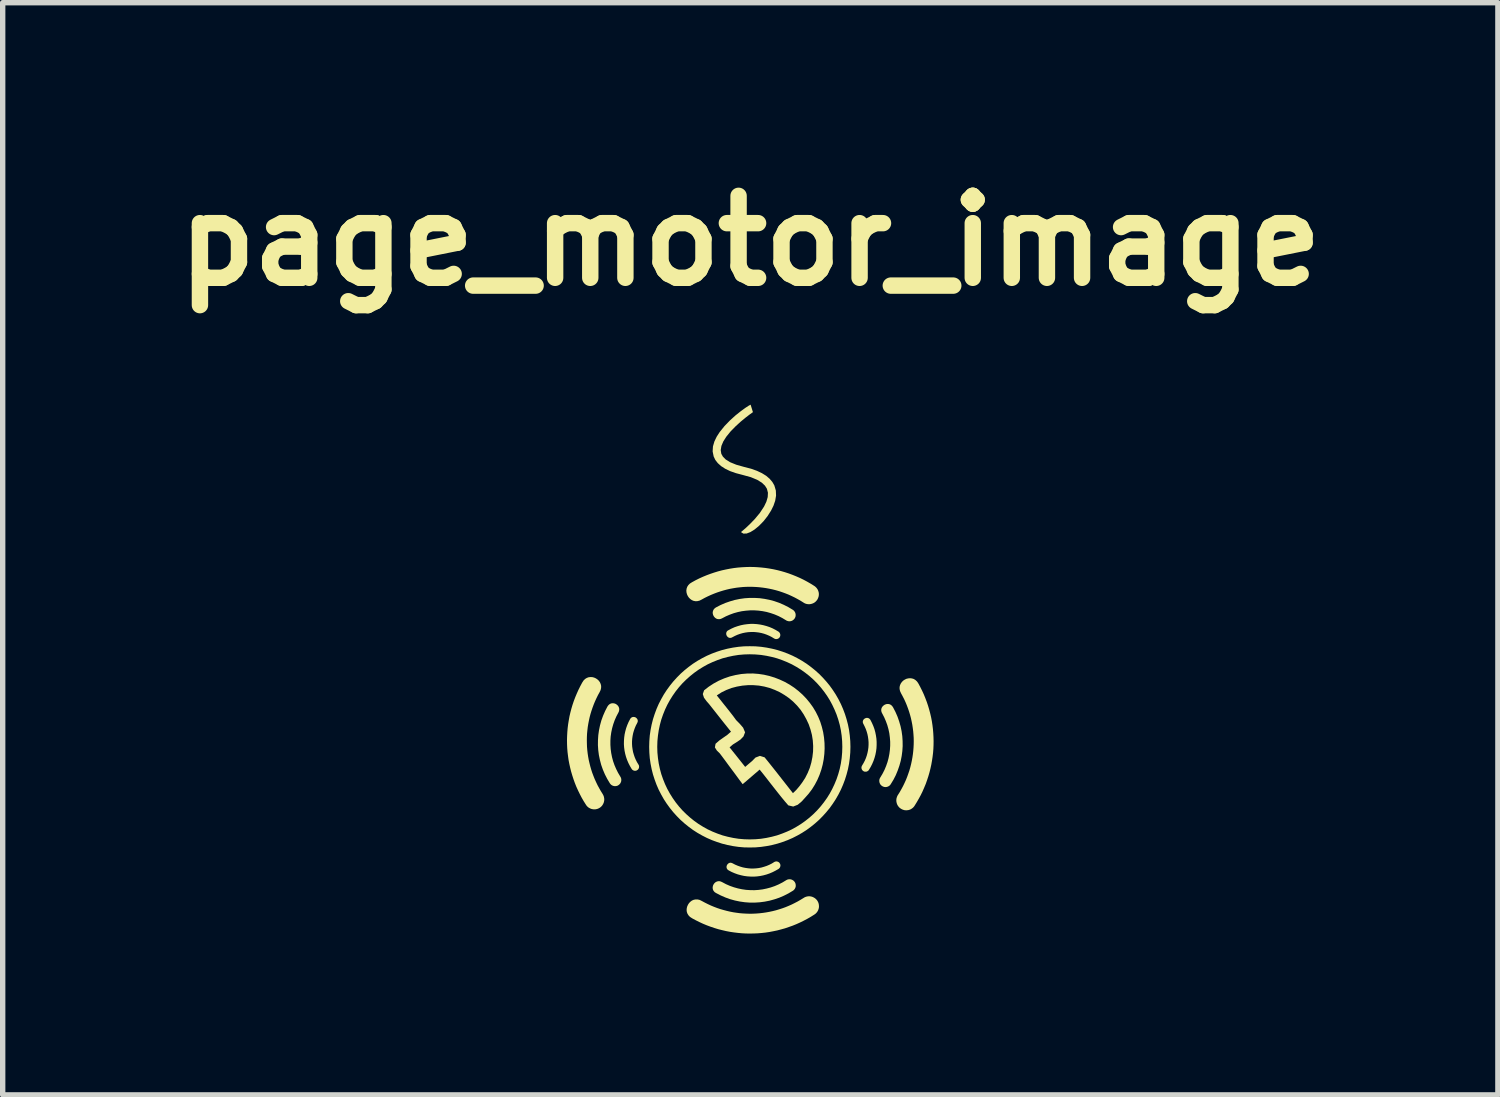
<source format=kicad_pcb>
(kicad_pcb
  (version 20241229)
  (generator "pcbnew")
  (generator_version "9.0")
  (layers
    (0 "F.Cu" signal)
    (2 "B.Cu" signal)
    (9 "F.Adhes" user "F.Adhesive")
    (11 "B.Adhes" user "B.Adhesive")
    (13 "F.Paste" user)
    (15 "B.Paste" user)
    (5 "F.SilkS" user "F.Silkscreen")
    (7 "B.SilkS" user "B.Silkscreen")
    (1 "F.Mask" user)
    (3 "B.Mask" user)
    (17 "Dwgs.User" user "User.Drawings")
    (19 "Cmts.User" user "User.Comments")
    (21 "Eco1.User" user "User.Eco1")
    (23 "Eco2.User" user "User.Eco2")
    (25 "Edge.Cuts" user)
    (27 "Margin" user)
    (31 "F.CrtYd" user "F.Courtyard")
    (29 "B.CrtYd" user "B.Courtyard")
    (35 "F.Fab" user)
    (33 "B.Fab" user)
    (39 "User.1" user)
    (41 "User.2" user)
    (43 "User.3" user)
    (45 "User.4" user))
  (footprint "page_motor_image"
    (layer "F.Cu")
    (at 10.9 9.391)
    (property "Reference" "page_motor_image" (at 0 -7.965 0) (layer "F.SilkS") (effects (font (size 1.524 1.524) (thickness 0.305))))
    (attr smd)
    (fp_poly (pts (xy 0.006 -4.917) (xy -0.028 -4.899) (xy -0.091 -4.858) (xy -0.175 -4.797) (xy -0.273 -4.719) (xy -0.376 -4.626) (xy -0.478 -4.521) (xy -0.569 -4.408) (xy -0.624 -4.323) (xy -0.667 -4.234) (xy -0.694 -4.142) (xy -0.7 -4.048) (xy -0.681 -3.954) (xy -0.65 -3.889) (xy -0.604 -3.83) (xy -0.543 -3.775) (xy -0.467 -3.726) (xy -0.376 -3.682) (xy -0.268 -3.644) (xy -0.143 -3.611) (xy 0.01 -3.569) (xy 0.128 -3.52) (xy 0.214 -3.467) (xy 0.273 -3.411) (xy 0.309 -3.354) (xy 0.328 -3.28) (xy 0.324 -3.199) (xy 0.299 -3.113) (xy 0.256 -3.023) (xy 0.177 -2.903) (xy 0.084 -2.791) (xy -0.01 -2.694) (xy -0.092 -2.617) (xy -0.151 -2.567) (xy -0.173 -2.548) (xy -0.129 -2.52) (xy -0.069 -2.521) (xy 0.002 -2.548) (xy 0.081 -2.597) (xy 0.163 -2.665) (xy 0.245 -2.749) (xy 0.321 -2.845) (xy 0.387 -2.949) (xy 0.431 -3.038) (xy 0.463 -3.131) (xy 0.479 -3.226) (xy 0.475 -3.321) (xy 0.447 -3.416) (xy 0.41 -3.48) (xy 0.36 -3.539) (xy 0.296 -3.594) (xy 0.217 -3.643) (xy 0.124 -3.687) (xy 0.015 -3.726) (xy -0.11 -3.758) (xy -0.262 -3.801) (xy -0.377 -3.848) (xy -0.458 -3.899) (xy -0.51 -3.952) (xy -0.539 -4.004) (xy -0.55 -4.073) (xy -0.537 -4.15) (xy -0.502 -4.233) (xy -0.447 -4.32) (xy -0.366 -4.42) (xy -0.274 -4.514) (xy -0.18 -4.6) (xy -0.093 -4.672) (xy -0.019 -4.729) (xy 0.031 -4.765) (xy 0.049 -4.778) (xy 0.006 -4.917)) (stroke (width 0) (type solid)) (fill yes) (layer "F.SilkS"))
    (fp_poly (pts (xy -2.45 2.156) (xy -2.44 2.149) (xy -2.432 2.141) (xy -2.424 2.133) (xy -2.417 2.124) (xy -2.412 2.114) (xy -2.407 2.104) (xy -2.403 2.093) (xy -2.4 2.083) (xy -2.399 2.072) (xy -2.398 2.06) (xy -2.399 2.049) (xy -2.4 2.038) (xy -2.403 2.027) (xy -2.407 2.016) (xy -2.412 2.006) (xy -2.418 1.996) (xy -2.459 1.927) (xy -2.494 1.857) (xy -2.525 1.785) (xy -2.551 1.711) (xy -2.571 1.636) (xy -2.586 1.56) (xy -2.596 1.484) (xy -2.601 1.407) (xy -2.601 1.33) (xy -2.596 1.253) (xy -2.585 1.176) (xy -2.569 1.1) (xy -2.548 1.025) (xy -2.522 0.952) (xy -2.49 0.879) (xy -2.453 0.809) (xy -2.442 0.784) (xy -2.437 0.759) (xy -2.437 0.736) (xy -2.442 0.715) (xy -2.451 0.695) (xy -2.463 0.678) (xy -2.479 0.663) (xy -2.497 0.65) (xy -2.516 0.641) (xy -2.537 0.636) (xy -2.559 0.634) (xy -2.58 0.636) (xy -2.601 0.643) (xy -2.621 0.655) (xy -2.639 0.672) (xy -2.655 0.694) (xy -2.699 0.779) (xy -2.737 0.866) (xy -2.769 0.954) (xy -2.794 1.045) (xy -2.813 1.136) (xy -2.826 1.228) (xy -2.832 1.321) (xy -2.833 1.414) (xy -2.827 1.506) (xy -2.815 1.598) (xy -2.796 1.689) (xy -2.772 1.78) (xy -2.741 1.868) (xy -2.704 1.955) (xy -2.661 2.039) (xy -2.612 2.121) (xy -2.605 2.131) (xy -2.597 2.14) (xy -2.589 2.148) (xy -2.58 2.155) (xy -2.57 2.161) (xy -2.56 2.166) (xy -2.549 2.17) (xy -2.538 2.173) (xy -2.527 2.175) (xy -2.516 2.176) (xy -2.504 2.175) (xy -2.493 2.174) (xy -2.482 2.171) (xy -2.471 2.168) (xy -2.46 2.163) (xy -2.45 2.156)) (stroke (width 0) (type solid)) (fill yes) (layer "F.SilkS"))
    (fp_poly (pts (xy -2.101 1.877) (xy -2.095 1.873) (xy -2.089 1.868) (xy -2.084 1.862) (xy -2.08 1.856) (xy -2.076 1.85) (xy -2.073 1.843) (xy -2.07 1.836) (xy -2.069 1.829) (xy -2.068 1.822) (xy -2.067 1.815) (xy -2.068 1.808) (xy -2.069 1.801) (xy -2.07 1.793) (xy -2.073 1.786) (xy -2.076 1.78) (xy -2.08 1.773) (xy -2.107 1.729) (xy -2.13 1.683) (xy -2.15 1.636) (xy -2.166 1.588) (xy -2.18 1.54) (xy -2.189 1.49) (xy -2.196 1.441) (xy -2.199 1.391) (xy -2.199 1.341) (xy -2.195 1.29) (xy -2.188 1.241) (xy -2.178 1.191) (xy -2.164 1.143) (xy -2.147 1.095) (xy -2.127 1.048) (xy -2.103 1.002) (xy -2.096 0.986) (xy -2.092 0.97) (xy -2.092 0.955) (xy -2.096 0.941) (xy -2.101 0.928) (xy -2.11 0.917) (xy -2.12 0.907) (xy -2.131 0.899) (xy -2.144 0.893) (xy -2.158 0.89) (xy -2.172 0.889) (xy -2.186 0.89) (xy -2.199 0.895) (xy -2.212 0.902) (xy -2.224 0.913) (xy -2.234 0.928) (xy -2.263 0.983) (xy -2.287 1.039) (xy -2.308 1.097) (xy -2.324 1.156) (xy -2.337 1.215) (xy -2.345 1.275) (xy -2.349 1.335) (xy -2.35 1.395) (xy -2.346 1.455) (xy -2.338 1.515) (xy -2.326 1.574) (xy -2.31 1.633) (xy -2.29 1.69) (xy -2.266 1.746) (xy -2.238 1.801) (xy -2.206 1.855) (xy -2.202 1.861) (xy -2.197 1.867) (xy -2.191 1.872) (xy -2.185 1.877) (xy -2.179 1.881) (xy -2.172 1.884) (xy -2.165 1.886) (xy -2.158 1.888) (xy -2.151 1.89) (xy -2.144 1.89) (xy -2.136 1.89) (xy -2.129 1.889) (xy -2.122 1.887) (xy -2.114 1.885) (xy -2.107 1.881) (xy -2.101 1.877)) (stroke (width 0) (type solid)) (fill yes) (layer "F.SilkS"))
    (fp_poly (pts (xy 0.541 -0.586) (xy 0.536 -0.581) (xy 0.531 -0.576) (xy 0.525 -0.572) (xy 0.519 -0.568) (xy 0.513 -0.565) (xy 0.507 -0.563) (xy 0.5 -0.561) (xy 0.494 -0.559) (xy 0.487 -0.559) (xy 0.48 -0.559) (xy 0.473 -0.559) (xy 0.467 -0.56) (xy 0.46 -0.562) (xy 0.453 -0.565) (xy 0.447 -0.568) (xy 0.441 -0.571) (xy 0.397 -0.598) (xy 0.351 -0.621) (xy 0.304 -0.641) (xy 0.256 -0.658) (xy 0.208 -0.671) (xy 0.158 -0.681) (xy 0.108 -0.687) (xy 0.058 -0.691) (xy 0.008 -0.69) (xy -0.042 -0.687) (xy -0.092 -0.68) (xy -0.141 -0.67) (xy -0.19 -0.656) (xy -0.238 -0.639) (xy -0.285 -0.618) (xy -0.331 -0.594) (xy -0.347 -0.586) (xy -0.364 -0.581) (xy -0.379 -0.581) (xy -0.394 -0.583) (xy -0.407 -0.589) (xy -0.419 -0.598) (xy -0.429 -0.608) (xy -0.437 -0.62) (xy -0.444 -0.634) (xy -0.447 -0.648) (xy -0.448 -0.663) (xy -0.446 -0.677) (xy -0.441 -0.691) (xy -0.433 -0.704) (xy -0.42 -0.716) (xy -0.404 -0.725) (xy -0.349 -0.754) (xy -0.293 -0.779) (xy -0.235 -0.799) (xy -0.176 -0.816) (xy -0.117 -0.828) (xy -0.057 -0.836) (xy 0.003 -0.841) (xy 0.063 -0.841) (xy 0.123 -0.837) (xy 0.183 -0.829) (xy 0.242 -0.817) (xy 0.301 -0.801) (xy 0.358 -0.782) (xy 0.415 -0.758) (xy 0.469 -0.73) (xy 0.523 -0.698) (xy 0.53 -0.693) (xy 0.536 -0.687) (xy 0.541 -0.681) (xy 0.546 -0.675) (xy 0.55 -0.668) (xy 0.553 -0.661) (xy 0.555 -0.654) (xy 0.557 -0.646) (xy 0.558 -0.638) (xy 0.558 -0.63) (xy 0.557 -0.623) (xy 0.556 -0.615) (xy 0.553 -0.607) (xy 0.55 -0.6) (xy 0.546 -0.593) (xy 0.541 -0.586)) (stroke (width 0) (type solid)) (fill yes) (layer "F.SilkS"))
    (fp_poly (pts (xy 0.547 3.609) (xy 0.543 3.603) (xy 0.538 3.597) (xy 0.532 3.592) (xy 0.526 3.588) (xy 0.52 3.584) (xy 0.513 3.581) (xy 0.506 3.579) (xy 0.499 3.577) (xy 0.492 3.576) (xy 0.485 3.575) (xy 0.478 3.576) (xy 0.471 3.577) (xy 0.463 3.579) (xy 0.456 3.581) (xy 0.45 3.584) (xy 0.443 3.588) (xy 0.399 3.615) (xy 0.353 3.638) (xy 0.306 3.658) (xy 0.258 3.674) (xy 0.21 3.688) (xy 0.16 3.698) (xy 0.111 3.704) (xy 0.061 3.707) (xy 0.01 3.707) (xy -0.04 3.703) (xy -0.089 3.696) (xy -0.139 3.686) (xy -0.187 3.672) (xy -0.235 3.655) (xy -0.282 3.635) (xy -0.328 3.611) (xy -0.344 3.604) (xy -0.36 3.6) (xy -0.375 3.6) (xy -0.389 3.603) (xy -0.402 3.609) (xy -0.413 3.618) (xy -0.423 3.628) (xy -0.431 3.639) (xy -0.437 3.652) (xy -0.441 3.666) (xy -0.442 3.68) (xy -0.44 3.694) (xy -0.436 3.707) (xy -0.428 3.72) (xy -0.417 3.732) (xy -0.402 3.742) (xy -0.347 3.771) (xy -0.291 3.795) (xy -0.233 3.816) (xy -0.174 3.832) (xy -0.115 3.845) (xy -0.055 3.853) (xy 0.005 3.857) (xy 0.065 3.858) (xy 0.125 3.854) (xy 0.185 3.846) (xy 0.244 3.834) (xy 0.303 3.818) (xy 0.36 3.798) (xy 0.416 3.774) (xy 0.471 3.746) (xy 0.525 3.715) (xy 0.531 3.71) (xy 0.537 3.705) (xy 0.542 3.699) (xy 0.547 3.693) (xy 0.551 3.687) (xy 0.554 3.681) (xy 0.556 3.674) (xy 0.558 3.666) (xy 0.56 3.659) (xy 0.56 3.652) (xy 0.56 3.644) (xy 0.559 3.637) (xy 0.557 3.63) (xy 0.555 3.623) (xy 0.551 3.616) (xy 0.547 3.609)) (stroke (width 0) (type solid)) (fill yes) (layer "F.SilkS"))
    (fp_poly (pts (xy 0.824 -0.941) (xy 0.817 -0.932) (xy 0.809 -0.923) (xy 0.8 -0.916) (xy 0.791 -0.909) (xy 0.782 -0.903) (xy 0.771 -0.898) (xy 0.761 -0.895) (xy 0.75 -0.892) (xy 0.739 -0.89) (xy 0.728 -0.89) (xy 0.717 -0.89) (xy 0.706 -0.892) (xy 0.695 -0.895) (xy 0.684 -0.898) (xy 0.673 -0.903) (xy 0.663 -0.909) (xy 0.595 -0.95) (xy 0.525 -0.986) (xy 0.452 -1.017) (xy 0.379 -1.042) (xy 0.304 -1.063) (xy 0.228 -1.078) (xy 0.152 -1.088) (xy 0.075 -1.093) (xy -0.002 -1.093) (xy -0.079 -1.087) (xy -0.156 -1.077) (xy -0.232 -1.061) (xy -0.307 -1.04) (xy -0.381 -1.013) (xy -0.453 -0.982) (xy -0.524 -0.945) (xy -0.549 -0.934) (xy -0.573 -0.929) (xy -0.596 -0.929) (xy -0.617 -0.933) (xy -0.637 -0.942) (xy -0.655 -0.955) (xy -0.67 -0.971) (xy -0.682 -0.988) (xy -0.691 -1.008) (xy -0.697 -1.029) (xy -0.699 -1.051) (xy -0.696 -1.072) (xy -0.689 -1.093) (xy -0.678 -1.113) (xy -0.661 -1.131) (xy -0.639 -1.147) (xy -0.554 -1.191) (xy -0.467 -1.229) (xy -0.378 -1.26) (xy -0.288 -1.286) (xy -0.196 -1.305) (xy -0.104 -1.318) (xy -0.012 -1.324) (xy 0.081 -1.324) (xy 0.174 -1.319) (xy 0.266 -1.306) (xy 0.357 -1.288) (xy 0.447 -1.264) (xy 0.536 -1.233) (xy 0.622 -1.196) (xy 0.707 -1.153) (xy 0.789 -1.104) (xy 0.799 -1.097) (xy 0.808 -1.089) (xy 0.816 -1.081) (xy 0.823 -1.071) (xy 0.829 -1.062) (xy 0.834 -1.052) (xy 0.838 -1.041) (xy 0.841 -1.03) (xy 0.843 -1.019) (xy 0.843 -1.007) (xy 0.843 -0.996) (xy 0.842 -0.985) (xy 0.839 -0.973) (xy 0.835 -0.962) (xy 0.83 -0.952) (xy 0.824 -0.941)) (stroke (width 0) (type solid)) (fill yes) (layer "F.SilkS"))
    (fp_poly (pts (xy 0.826 3.958) (xy 0.819 3.949) (xy 0.811 3.94) (xy 0.802 3.932) (xy 0.793 3.926) (xy 0.783 3.92) (xy 0.773 3.915) (xy 0.763 3.912) (xy 0.752 3.909) (xy 0.741 3.907) (xy 0.73 3.907) (xy 0.719 3.907) (xy 0.708 3.909) (xy 0.697 3.911) (xy 0.686 3.915) (xy 0.675 3.92) (xy 0.665 3.926) (xy 0.597 3.967) (xy 0.526 4.003) (xy 0.454 4.034) (xy 0.381 4.059) (xy 0.306 4.079) (xy 0.23 4.095) (xy 0.153 4.105) (xy 0.076 4.11) (xy -0.001 4.109) (xy -0.078 4.104) (xy -0.154 4.093) (xy -0.23 4.077) (xy -0.305 4.056) (xy -0.379 4.03) (xy -0.452 3.998) (xy -0.522 3.961) (xy -0.548 3.949) (xy -0.572 3.943) (xy -0.596 3.943) (xy -0.617 3.948) (xy -0.638 3.957) (xy -0.655 3.969) (xy -0.671 3.985) (xy -0.683 4.003) (xy -0.693 4.024) (xy -0.698 4.045) (xy -0.7 4.067) (xy -0.697 4.089) (xy -0.69 4.11) (xy -0.677 4.13) (xy -0.66 4.148) (xy -0.636 4.163) (xy -0.551 4.207) (xy -0.464 4.245) (xy -0.376 4.277) (xy -0.285 4.302) (xy -0.194 4.321) (xy -0.102 4.334) (xy -0.009 4.341) (xy 0.083 4.341) (xy 0.176 4.335) (xy 0.268 4.323) (xy 0.359 4.305) (xy 0.449 4.28) (xy 0.538 4.25) (xy 0.624 4.213) (xy 0.709 4.17) (xy 0.791 4.121) (xy 0.801 4.114) (xy 0.81 4.106) (xy 0.818 4.097) (xy 0.825 4.088) (xy 0.831 4.079) (xy 0.836 4.068) (xy 0.84 4.058) (xy 0.843 4.047) (xy 0.845 4.036) (xy 0.845 4.024) (xy 0.845 4.013) (xy 0.843 4.002) (xy 0.841 3.99) (xy 0.837 3.979) (xy 0.832 3.968) (xy 0.826 3.958)) (stroke (width 0) (type solid)) (fill yes) (layer "F.SilkS"))
    (fp_poly (pts (xy 2.101 1.895) (xy 2.094 1.89) (xy 2.089 1.885) (xy 2.084 1.879) (xy 2.079 1.874) (xy 2.076 1.867) (xy 2.073 1.861) (xy 2.07 1.854) (xy 2.069 1.847) (xy 2.067 1.84) (xy 2.067 1.832) (xy 2.067 1.825) (xy 2.068 1.818) (xy 2.07 1.811) (xy 2.073 1.804) (xy 2.076 1.797) (xy 2.08 1.79) (xy 2.106 1.746) (xy 2.13 1.7) (xy 2.15 1.653) (xy 2.166 1.606) (xy 2.179 1.557) (xy 2.189 1.508) (xy 2.196 1.458) (xy 2.199 1.408) (xy 2.199 1.358) (xy 2.195 1.308) (xy 2.188 1.258) (xy 2.178 1.209) (xy 2.164 1.16) (xy 2.147 1.112) (xy 2.126 1.065) (xy 2.103 1.019) (xy 2.095 1.003) (xy 2.092 0.987) (xy 2.092 0.972) (xy 2.095 0.958) (xy 2.101 0.946) (xy 2.109 0.934) (xy 2.119 0.925) (xy 2.131 0.917) (xy 2.144 0.911) (xy 2.158 0.907) (xy 2.172 0.906) (xy 2.185 0.908) (xy 2.199 0.912) (xy 2.212 0.92) (xy 2.224 0.931) (xy 2.234 0.945) (xy 2.262 1) (xy 2.287 1.057) (xy 2.308 1.114) (xy 2.324 1.173) (xy 2.336 1.232) (xy 2.345 1.292) (xy 2.349 1.352) (xy 2.349 1.412) (xy 2.346 1.473) (xy 2.338 1.532) (xy 2.326 1.592) (xy 2.31 1.65) (xy 2.29 1.708) (xy 2.266 1.764) (xy 2.238 1.819) (xy 2.206 1.872) (xy 2.202 1.879) (xy 2.197 1.884) (xy 2.191 1.89) (xy 2.185 1.894) (xy 2.179 1.898) (xy 2.172 1.901) (xy 2.165 1.904) (xy 2.158 1.906) (xy 2.151 1.907) (xy 2.144 1.907) (xy 2.136 1.907) (xy 2.129 1.906) (xy 2.121 1.905) (xy 2.114 1.902) (xy 2.107 1.899) (xy 2.101 1.895)) (stroke (width 0) (type solid)) (fill yes) (layer "F.SilkS"))
    (fp_poly (pts (xy 2.45 2.173) (xy 2.44 2.166) (xy 2.432 2.158) (xy 2.424 2.15) (xy 2.417 2.141) (xy 2.412 2.131) (xy 2.407 2.121) (xy 2.403 2.11) (xy 2.401 2.099) (xy 2.399 2.088) (xy 2.398 2.077) (xy 2.399 2.066) (xy 2.4 2.055) (xy 2.403 2.044) (xy 2.407 2.033) (xy 2.412 2.023) (xy 2.418 2.013) (xy 2.459 1.944) (xy 2.495 1.874) (xy 2.525 1.802) (xy 2.551 1.728) (xy 2.571 1.653) (xy 2.586 1.577) (xy 2.596 1.501) (xy 2.601 1.424) (xy 2.601 1.347) (xy 2.595 1.27) (xy 2.585 1.193) (xy 2.569 1.117) (xy 2.548 1.042) (xy 2.521 0.968) (xy 2.49 0.896) (xy 2.453 0.825) (xy 2.441 0.8) (xy 2.435 0.775) (xy 2.435 0.752) (xy 2.439 0.73) (xy 2.448 0.71) (xy 2.461 0.692) (xy 2.477 0.677) (xy 2.495 0.664) (xy 2.515 0.655) (xy 2.537 0.649) (xy 2.559 0.648) (xy 2.58 0.65) (xy 2.602 0.658) (xy 2.621 0.67) (xy 2.639 0.688) (xy 2.655 0.711) (xy 2.699 0.796) (xy 2.737 0.883) (xy 2.768 0.972) (xy 2.794 1.062) (xy 2.813 1.153) (xy 2.826 1.245) (xy 2.832 1.338) (xy 2.833 1.431) (xy 2.827 1.523) (xy 2.815 1.615) (xy 2.797 1.706) (xy 2.772 1.796) (xy 2.741 1.885) (xy 2.705 1.972) (xy 2.662 2.056) (xy 2.612 2.138) (xy 2.605 2.148) (xy 2.598 2.157) (xy 2.589 2.165) (xy 2.58 2.172) (xy 2.57 2.178) (xy 2.56 2.183) (xy 2.549 2.187) (xy 2.538 2.19) (xy 2.527 2.192) (xy 2.516 2.193) (xy 2.505 2.192) (xy 2.493 2.191) (xy 2.482 2.188) (xy 2.471 2.184) (xy 2.46 2.179) (xy 2.45 2.173)) (stroke (width 0) (type solid)) (fill yes) (layer "F.SilkS"))
    (fp_poly (pts (xy -2.797 2.576) (xy -2.782 2.565) (xy -2.768 2.552) (xy -2.756 2.539) (xy -2.746 2.524) (xy -2.737 2.509) (xy -2.729 2.492) (xy -2.723 2.476) (xy -2.719 2.459) (xy -2.716 2.441) (xy -2.715 2.423) (xy -2.716 2.406) (xy -2.719 2.388) (xy -2.723 2.37) (xy -2.729 2.353) (xy -2.737 2.336) (xy -2.746 2.32) (xy -2.78 2.266) (xy -2.811 2.211) (xy -2.841 2.156) (xy -2.868 2.099) (xy -2.894 2.042) (xy -2.917 1.984) (xy -2.939 1.926) (xy -2.958 1.867) (xy -2.975 1.808) (xy -2.99 1.748) (xy -3.004 1.688) (xy -3.015 1.627) (xy -3.024 1.566) (xy -3.031 1.505) (xy -3.036 1.444) (xy -3.038 1.383) (xy -3.039 1.321) (xy -3.038 1.26) (xy -3.035 1.198) (xy -3.029 1.137) (xy -3.022 1.076) (xy -3.012 1.015) (xy -3 0.954) (xy -2.987 0.894) (xy -2.971 0.834) (xy -2.953 0.775) (xy -2.933 0.716) (xy -2.911 0.657) (xy -2.887 0.599) (xy -2.861 0.542) (xy -2.833 0.485) (xy -2.802 0.429) (xy -2.783 0.389) (xy -2.774 0.35) (xy -2.773 0.313) (xy -2.781 0.278) (xy -2.795 0.246) (xy -2.815 0.217) (xy -2.84 0.193) (xy -2.869 0.173) (xy -2.901 0.158) (xy -2.935 0.149) (xy -2.97 0.147) (xy -3.005 0.151) (xy -3.039 0.163) (xy -3.07 0.182) (xy -3.099 0.21) (xy -3.124 0.248) (xy -3.16 0.315) (xy -3.194 0.383) (xy -3.225 0.452) (xy -3.254 0.521) (xy -3.281 0.592) (xy -3.305 0.663) (xy -3.326 0.734) (xy -3.345 0.806) (xy -3.362 0.879) (xy -3.375 0.952) (xy -3.387 1.025) (xy -3.396 1.099) (xy -3.402 1.172) (xy -3.406 1.246) (xy -3.408 1.32) (xy -3.407 1.394) (xy -3.404 1.467) (xy -3.398 1.541) (xy -3.389 1.615) (xy -3.379 1.688) (xy -3.365 1.761) (xy -3.349 1.833) (xy -3.331 1.905) (xy -3.31 1.976) (xy -3.287 2.047) (xy -3.262 2.117) (xy -3.234 2.187) (xy -3.203 2.255) (xy -3.17 2.323) (xy -3.135 2.39) (xy -3.097 2.456) (xy -3.056 2.521) (xy -3.045 2.537) (xy -3.033 2.551) (xy -3.019 2.564) (xy -3.005 2.575) (xy -2.989 2.584) (xy -2.973 2.592) (xy -2.956 2.599) (xy -2.938 2.603) (xy -2.921 2.606) (xy -2.903 2.607) (xy -2.884 2.607) (xy -2.866 2.604) (xy -2.848 2.6) (xy -2.831 2.594) (xy -2.814 2.586) (xy -2.797 2.576)) (stroke (width 0) (type solid)) (fill yes) (layer "F.SilkS"))
    (fp_poly (pts (xy 1.244 -1.289) (xy 1.232 -1.274) (xy 1.22 -1.26) (xy 1.206 -1.248) (xy 1.192 -1.237) (xy 1.176 -1.228) (xy 1.16 -1.221) (xy 1.143 -1.215) (xy 1.126 -1.211) (xy 1.109 -1.208) (xy 1.091 -1.207) (xy 1.073 -1.208) (xy 1.056 -1.21) (xy 1.038 -1.214) (xy 1.021 -1.22) (xy 1.004 -1.228) (xy 0.988 -1.238) (xy 0.934 -1.272) (xy 0.879 -1.303) (xy 0.823 -1.333) (xy 0.767 -1.36) (xy 0.71 -1.386) (xy 0.652 -1.409) (xy 0.594 -1.43) (xy 0.535 -1.45) (xy 0.475 -1.467) (xy 0.416 -1.482) (xy 0.355 -1.495) (xy 0.295 -1.506) (xy 0.234 -1.515) (xy 0.173 -1.522) (xy 0.112 -1.527) (xy 0.05 -1.53) (xy -0.011 -1.531) (xy -0.072 -1.53) (xy -0.134 -1.527) (xy -0.195 -1.521) (xy -0.256 -1.514) (xy -0.317 -1.504) (xy -0.378 -1.493) (xy -0.438 -1.479) (xy -0.498 -1.463) (xy -0.557 -1.445) (xy -0.617 -1.425) (xy -0.675 -1.403) (xy -0.733 -1.379) (xy -0.79 -1.353) (xy -0.847 -1.325) (xy -0.903 -1.294) (xy -0.943 -1.274) (xy -0.983 -1.264) (xy -1.02 -1.263) (xy -1.056 -1.27) (xy -1.088 -1.284) (xy -1.117 -1.305) (xy -1.142 -1.33) (xy -1.162 -1.359) (xy -1.177 -1.392) (xy -1.186 -1.426) (xy -1.189 -1.461) (xy -1.184 -1.497) (xy -1.172 -1.531) (xy -1.152 -1.562) (xy -1.123 -1.591) (xy -1.085 -1.615) (xy -1.018 -1.652) (xy -0.95 -1.686) (xy -0.881 -1.717) (xy -0.811 -1.746) (xy -0.741 -1.772) (xy -0.67 -1.796) (xy -0.598 -1.818) (xy -0.526 -1.837) (xy -0.453 -1.853) (xy -0.381 -1.867) (xy -0.307 -1.879) (xy -0.234 -1.888) (xy -0.16 -1.894) (xy -0.086 -1.898) (xy -0.013 -1.9) (xy 0.061 -1.899) (xy 0.135 -1.895) (xy 0.209 -1.889) (xy 0.282 -1.881) (xy 0.355 -1.87) (xy 0.428 -1.857) (xy 0.501 -1.841) (xy 0.572 -1.823) (xy 0.644 -1.802) (xy 0.715 -1.779) (xy 0.785 -1.753) (xy 0.854 -1.725) (xy 0.923 -1.695) (xy 0.991 -1.662) (xy 1.058 -1.626) (xy 1.124 -1.588) (xy 1.188 -1.548) (xy 1.204 -1.537) (xy 1.218 -1.524) (xy 1.231 -1.511) (xy 1.242 -1.496) (xy 1.252 -1.481) (xy 1.26 -1.464) (xy 1.266 -1.447) (xy 1.271 -1.43) (xy 1.274 -1.412) (xy 1.275 -1.394) (xy 1.274 -1.376) (xy 1.272 -1.358) (xy 1.267 -1.34) (xy 1.261 -1.323) (xy 1.253 -1.305) (xy 1.244 -1.289)) (stroke (width 0) (type solid)) (fill yes) (layer "F.SilkS"))
    (fp_poly (pts (xy 1.246 4.305) (xy 1.235 4.29) (xy 1.222 4.277) (xy 1.208 4.264) (xy 1.194 4.254) (xy 1.178 4.245) (xy 1.162 4.237) (xy 1.145 4.231) (xy 1.128 4.227) (xy 1.111 4.224) (xy 1.093 4.223) (xy 1.075 4.224) (xy 1.057 4.227) (xy 1.04 4.231) (xy 1.023 4.237) (xy 1.006 4.245) (xy 0.99 4.255) (xy 0.936 4.288) (xy 0.881 4.32) (xy 0.825 4.349) (xy 0.769 4.377) (xy 0.712 4.402) (xy 0.654 4.426) (xy 0.596 4.447) (xy 0.537 4.466) (xy 0.477 4.484) (xy 0.417 4.499) (xy 0.357 4.512) (xy 0.297 4.523) (xy 0.236 4.532) (xy 0.175 4.539) (xy 0.113 4.544) (xy 0.052 4.547) (xy -0.009 4.548) (xy -0.071 4.546) (xy -0.132 4.543) (xy -0.193 4.538) (xy -0.254 4.53) (xy -0.315 4.521) (xy -0.376 4.509) (xy -0.436 4.495) (xy -0.496 4.479) (xy -0.556 4.462) (xy -0.615 4.442) (xy -0.673 4.42) (xy -0.731 4.396) (xy -0.789 4.369) (xy -0.845 4.341) (xy -0.901 4.311) (xy -0.941 4.291) (xy -0.981 4.282) (xy -1.018 4.282) (xy -1.053 4.289) (xy -1.085 4.303) (xy -1.113 4.324) (xy -1.138 4.349) (xy -1.157 4.378) (xy -1.172 4.41) (xy -1.181 4.444) (xy -1.184 4.479) (xy -1.18 4.514) (xy -1.168 4.547) (xy -1.148 4.579) (xy -1.12 4.608) (xy -1.083 4.632) (xy -1.016 4.668) (xy -0.948 4.702) (xy -0.879 4.734) (xy -0.809 4.763) (xy -0.739 4.789) (xy -0.668 4.813) (xy -0.596 4.835) (xy -0.524 4.853) (xy -0.452 4.87) (xy -0.379 4.884) (xy -0.306 4.895) (xy -0.232 4.904) (xy -0.158 4.911) (xy -0.085 4.915) (xy -0.011 4.916) (xy 0.063 4.915) (xy 0.137 4.912) (xy 0.21 4.906) (xy 0.284 4.898) (xy 0.357 4.887) (xy 0.43 4.873) (xy 0.502 4.858) (xy 0.574 4.839) (xy 0.646 4.819) (xy 0.716 4.795) (xy 0.787 4.77) (xy 0.856 4.742) (xy 0.925 4.711) (xy 0.992 4.678) (xy 1.059 4.643) (xy 1.125 4.605) (xy 1.19 4.564) (xy 1.206 4.553) (xy 1.22 4.541) (xy 1.233 4.527) (xy 1.244 4.513) (xy 1.254 4.497) (xy 1.262 4.481) (xy 1.268 4.464) (xy 1.273 4.447) (xy 1.276 4.429) (xy 1.277 4.411) (xy 1.276 4.393) (xy 1.274 4.375) (xy 1.27 4.357) (xy 1.264 4.339) (xy 1.256 4.322) (xy 1.246 4.305)) (stroke (width 0) (type solid)) (fill yes) (layer "F.SilkS"))
    (fp_poly (pts (xy 2.797 2.593) (xy 2.782 2.582) (xy 2.768 2.57) (xy 2.756 2.556) (xy 2.745 2.541) (xy 2.736 2.526) (xy 2.729 2.51) (xy 2.723 2.493) (xy 2.719 2.476) (xy 2.716 2.459) (xy 2.715 2.441) (xy 2.716 2.423) (xy 2.718 2.405) (xy 2.723 2.388) (xy 2.729 2.371) (xy 2.736 2.354) (xy 2.746 2.338) (xy 2.78 2.284) (xy 2.811 2.229) (xy 2.841 2.173) (xy 2.868 2.117) (xy 2.894 2.06) (xy 2.917 2.002) (xy 2.938 1.943) (xy 2.958 1.885) (xy 2.975 1.825) (xy 2.99 1.765) (xy 3.003 1.705) (xy 3.014 1.644) (xy 3.023 1.584) (xy 3.03 1.523) (xy 3.035 1.461) (xy 3.038 1.4) (xy 3.039 1.339) (xy 3.038 1.277) (xy 3.034 1.216) (xy 3.029 1.155) (xy 3.021 1.093) (xy 3.012 1.033) (xy 3 0.972) (xy 2.987 0.912) (xy 2.971 0.852) (xy 2.953 0.792) (xy 2.933 0.733) (xy 2.911 0.674) (xy 2.887 0.616) (xy 2.861 0.559) (xy 2.832 0.503) (xy 2.802 0.447) (xy 2.784 0.407) (xy 2.776 0.369) (xy 2.776 0.332) (xy 2.784 0.298) (xy 2.799 0.266) (xy 2.819 0.238) (xy 2.843 0.214) (xy 2.872 0.195) (xy 2.903 0.18) (xy 2.937 0.172) (xy 2.971 0.169) (xy 3.005 0.173) (xy 3.039 0.183) (xy 3.07 0.202) (xy 3.099 0.229) (xy 3.124 0.265) (xy 3.16 0.332) (xy 3.194 0.4) (xy 3.226 0.469) (xy 3.254 0.538) (xy 3.281 0.609) (xy 3.305 0.68) (xy 3.326 0.751) (xy 3.345 0.823) (xy 3.362 0.896) (xy 3.376 0.969) (xy 3.387 1.042) (xy 3.396 1.116) (xy 3.402 1.189) (xy 3.406 1.263) (xy 3.408 1.337) (xy 3.407 1.411) (xy 3.404 1.485) (xy 3.398 1.558) (xy 3.389 1.632) (xy 3.378 1.705) (xy 3.365 1.778) (xy 3.349 1.85) (xy 3.331 1.922) (xy 3.31 1.994) (xy 3.287 2.064) (xy 3.262 2.135) (xy 3.233 2.204) (xy 3.203 2.273) (xy 3.17 2.341) (xy 3.134 2.407) (xy 3.096 2.473) (xy 3.056 2.538) (xy 3.045 2.554) (xy 3.033 2.568) (xy 3.019 2.581) (xy 3.004 2.592) (xy 2.989 2.602) (xy 2.973 2.61) (xy 2.956 2.616) (xy 2.938 2.621) (xy 2.92 2.623) (xy 2.902 2.625) (xy 2.884 2.624) (xy 2.866 2.622) (xy 2.848 2.617) (xy 2.831 2.611) (xy 2.814 2.603) (xy 2.797 2.593)) (stroke (width 0) (type solid)) (fill yes) (layer "F.SilkS"))
    (fp_poly (pts (xy 0.052 0.081) (xy 0.057 0.298) (xy 0.16 0.306) (xy 0.261 0.324) (xy 0.359 0.35) (xy 0.455 0.386) (xy 0.548 0.429) (xy 0.636 0.481) (xy 0.72 0.539) (xy 0.798 0.605) (xy 0.87 0.678) (xy 0.935 0.756) (xy 0.992 0.841) (xy 1.042 0.931) (xy 1.086 1.025) (xy 1.12 1.123) (xy 1.146 1.223) (xy 1.162 1.325) (xy 1.169 1.429) (xy 1.167 1.532) (xy 1.155 1.635) (xy 1.135 1.736) (xy 1.106 1.836) (xy 1.067 1.931) (xy 1.02 2.024) (xy 0.963 2.111) (xy 0.911 2.18) (xy 0.854 2.247) (xy 0.793 2.306) (xy 0.727 2.222) (xy 0.662 2.139) (xy 0.596 2.055) (xy 0.531 1.972) (xy 0.465 1.888) (xy 0.399 1.805) (xy 0.333 1.722) (xy 0.266 1.64) (xy 0.179 1.613) (xy 0.097 1.644) (xy 0.033 1.709) (xy -0.031 1.763) (xy -0.095 1.818) (xy -0.153 1.745) (xy -0.211 1.672) (xy -0.269 1.599) (xy -0.327 1.527) (xy -0.385 1.454) (xy -0.323 1.401) (xy -0.251 1.356) (xy -0.182 1.309) (xy -0.127 1.252) (xy -0.097 1.175) (xy -0.133 1.089) (xy -0.195 1.017) (xy -0.264 0.947) (xy -0.321 0.869) (xy -0.381 0.792) (xy -0.441 0.716) (xy -0.502 0.64) (xy -0.562 0.564) (xy -0.623 0.489) (xy -0.537 0.433) (xy -0.445 0.388) (xy -0.349 0.351) (xy -0.25 0.325) (xy -0.148 0.307) (xy -0.045 0.298) (xy 0.057 0.298) (xy 0.052 0.081) (xy -0.058 0.082) (xy -0.167 0.091) (xy -0.275 0.11) (xy -0.381 0.136) (xy -0.485 0.172) (xy -0.585 0.215) (xy -0.681 0.267) (xy -0.773 0.327) (xy -0.859 0.394) (xy -0.883 0.463) (xy -0.861 0.531) (xy -0.814 0.595) (xy -0.765 0.651) (xy -0.698 0.736) (xy -0.63 0.822) (xy -0.563 0.907) (xy -0.495 0.993) (xy -0.427 1.078) (xy -0.359 1.163) (xy -0.428 1.223) (xy -0.503 1.275) (xy -0.578 1.328) (xy -0.646 1.388) (xy -0.658 1.456) (xy -0.622 1.513) (xy -0.567 1.567) (xy -0.524 1.624) (xy -0.46 1.71) (xy -0.397 1.796) (xy -0.333 1.882) (xy -0.269 1.968) (xy -0.206 2.054) (xy -0.142 2.139) (xy -0.063 2.072) (xy 0.016 2.004) (xy 0.095 1.936) (xy 0.174 1.868) (xy 0.241 1.951) (xy 0.307 2.035) (xy 0.372 2.119) (xy 0.438 2.203) (xy 0.504 2.287) (xy 0.57 2.37) (xy 0.638 2.453) (xy 0.707 2.533) (xy 0.798 2.555) (xy 0.882 2.522) (xy 0.956 2.46) (xy 1.019 2.391) (xy 1.086 2.315) (xy 1.147 2.234) (xy 1.2 2.149) (xy 1.247 2.06) (xy 1.287 1.967) (xy 1.32 1.872) (xy 1.346 1.775) (xy 1.365 1.676) (xy 1.377 1.575) (xy 1.382 1.475) (xy 1.38 1.374) (xy 1.371 1.273) (xy 1.355 1.173) (xy 1.331 1.075) (xy 1.301 0.979) (xy 1.263 0.886) (xy 1.218 0.796) (xy 1.166 0.709) (xy 1.107 0.627) (xy 1.042 0.548) (xy 0.971 0.474) (xy 0.895 0.406) (xy 0.814 0.343) (xy 0.729 0.287) (xy 0.64 0.237) (xy 0.547 0.194) (xy 0.452 0.157) (xy 0.354 0.127) (xy 0.254 0.104) (xy 0.153 0.089) (xy 0.052 0.081)) (stroke (width 0) (type solid)) (fill yes) (layer "F.SilkS"))
    (fp_poly (pts (xy -0.01 -0.426) (xy -0.01 -0.276) (xy 0.095 -0.273) (xy 0.199 -0.264) (xy 0.3 -0.248) (xy 0.399 -0.227) (xy 0.497 -0.201) (xy 0.591 -0.168) (xy 0.683 -0.131) (xy 0.773 -0.089) (xy 0.859 -0.041) (xy 0.943 0.011) (xy 1.023 0.068) (xy 1.1 0.129) (xy 1.173 0.194) (xy 1.242 0.263) (xy 1.307 0.336) (xy 1.368 0.413) (xy 1.425 0.493) (xy 1.477 0.576) (xy 1.524 0.663) (xy 1.566 0.752) (xy 1.604 0.844) (xy 1.636 0.939) (xy 1.663 1.036) (xy 1.684 1.135) (xy 1.699 1.237) (xy 1.708 1.34) (xy 1.711 1.445) (xy 1.708 1.55) (xy 1.699 1.653) (xy 1.684 1.755) (xy 1.663 1.854) (xy 1.636 1.951) (xy 1.604 2.046) (xy 1.566 2.138) (xy 1.524 2.227) (xy 1.477 2.314) (xy 1.425 2.397) (xy 1.368 2.477) (xy 1.307 2.554) (xy 1.242 2.627) (xy 1.173 2.696) (xy 1.1 2.761) (xy 1.023 2.822) (xy 0.943 2.879) (xy 0.859 2.931) (xy 0.773 2.979) (xy 0.683 3.021) (xy 0.591 3.058) (xy 0.497 3.091) (xy 0.399 3.117) (xy 0.3 3.138) (xy 0.199 3.154) (xy 0.095 3.163) (xy -0.01 3.166) (xy -0.114 3.163) (xy -0.218 3.154) (xy -0.319 3.138) (xy -0.418 3.117) (xy -0.516 3.091) (xy -0.61 3.058) (xy -0.702 3.021) (xy -0.792 2.979) (xy -0.878 2.931) (xy -0.962 2.879) (xy -1.042 2.822) (xy -1.118 2.761) (xy -1.191 2.696) (xy -1.261 2.627) (xy -1.326 2.554) (xy -1.387 2.477) (xy -1.443 2.397) (xy -1.495 2.314) (xy -1.543 2.227) (xy -1.585 2.138) (xy -1.622 2.046) (xy -1.655 1.951) (xy -1.681 1.854) (xy -1.702 1.755) (xy -1.717 1.653) (xy -1.727 1.55) (xy -1.73 1.445) (xy -1.727 1.34) (xy -1.717 1.237) (xy -1.702 1.135) (xy -1.681 1.036) (xy -1.655 0.939) (xy -1.622 0.844) (xy -1.585 0.752) (xy -1.543 0.663) (xy -1.495 0.576) (xy -1.443 0.493) (xy -1.387 0.413) (xy -1.326 0.336) (xy -1.261 0.263) (xy -1.191 0.194) (xy -1.118 0.129) (xy -1.042 0.068) (xy -0.962 0.011) (xy -0.878 -0.041) (xy -0.792 -0.089) (xy -0.702 -0.131) (xy -0.61 -0.168) (xy -0.516 -0.201) (xy -0.418 -0.227) (xy -0.319 -0.248) (xy -0.218 -0.264) (xy -0.114 -0.273) (xy -0.01 -0.276) (xy -0.01 -0.426) (xy -0.116 -0.424) (xy -0.22 -0.415) (xy -0.323 -0.4) (xy -0.424 -0.38) (xy -0.523 -0.355) (xy -0.62 -0.324) (xy -0.714 -0.289) (xy -0.806 -0.249) (xy -0.896 -0.203) (xy -0.982 -0.154) (xy -1.066 -0.1) (xy -1.146 -0.041) (xy -1.223 0.021) (xy -1.297 0.087) (xy -1.367 0.158) (xy -1.433 0.231) (xy -1.495 0.308) (xy -1.554 0.389) (xy -1.608 0.472) (xy -1.657 0.559) (xy -1.703 0.648) (xy -1.743 0.74) (xy -1.778 0.835) (xy -1.809 0.931) (xy -1.834 1.03) (xy -1.854 1.131) (xy -1.869 1.234) (xy -1.877 1.339) (xy -1.88 1.445) (xy -1.877 1.551) (xy -1.869 1.656) (xy -1.854 1.759) (xy -1.834 1.86) (xy -1.809 1.959) (xy -1.778 2.055) (xy -1.743 2.15) (xy -1.703 2.242) (xy -1.657 2.331) (xy -1.608 2.418) (xy -1.554 2.501) (xy -1.495 2.582) (xy -1.433 2.659) (xy -1.367 2.732) (xy -1.297 2.803) (xy -1.223 2.869) (xy -1.146 2.931) (xy -1.066 2.99) (xy -0.982 3.044) (xy -0.896 3.093) (xy -0.806 3.139) (xy -0.714 3.179) (xy -0.62 3.214) (xy -0.523 3.245) (xy -0.424 3.27) (xy -0.323 3.29) (xy -0.22 3.305) (xy -0.116 3.314) (xy -0.01 3.316) (xy 0.097 3.314) (xy 0.201 3.305) (xy 0.304 3.29) (xy 0.405 3.27) (xy 0.504 3.245) (xy 0.601 3.214) (xy 0.695 3.179) (xy 0.787 3.139) (xy 0.877 3.093) (xy 0.963 3.044) (xy 1.047 2.99) (xy 1.127 2.931) (xy 1.204 2.869) (xy 1.278 2.803) (xy 1.348 2.732) (xy 1.414 2.659) (xy 1.477 2.582) (xy 1.535 2.501) (xy 1.589 2.418) (xy 1.639 2.331) (xy 1.684 2.242) (xy 1.724 2.15) (xy 1.76 2.055) (xy 1.79 1.959) (xy 1.816 1.86) (xy 1.836 1.759) (xy 1.85 1.656) (xy 1.859 1.551) (xy 1.862 1.445) (xy 1.859 1.339) (xy 1.85 1.234) (xy 1.836 1.131) (xy 1.816 1.03) (xy 1.79 0.931) (xy 1.76 0.835) (xy 1.724 0.74) (xy 1.684 0.648) (xy 1.639 0.559) (xy 1.589 0.472) (xy 1.535 0.389) (xy 1.477 0.308) (xy 1.414 0.231) (xy 1.348 0.158) (xy 1.278 0.087) (xy 1.204 0.021) (xy 1.127 -0.041) (xy 1.047 -0.1) (xy 0.963 -0.154) (xy 0.877 -0.203) (xy 0.787 -0.249) (xy 0.695 -0.289) (xy 0.601 -0.324) (xy 0.504 -0.355) (xy 0.405 -0.38) (xy 0.304 -0.4) (xy 0.201 -0.415) (xy 0.097 -0.424) (xy -0.01 -0.426)) (stroke (width 0) (type solid)) (fill yes) (layer "F.SilkS")))
  (gr_rect
    (start -3 -3)
    (end 24.8 17.307)
    (stroke (width 0.1) (type default))
    (fill no)
    (layer "Edge.Cuts")))
</source>
